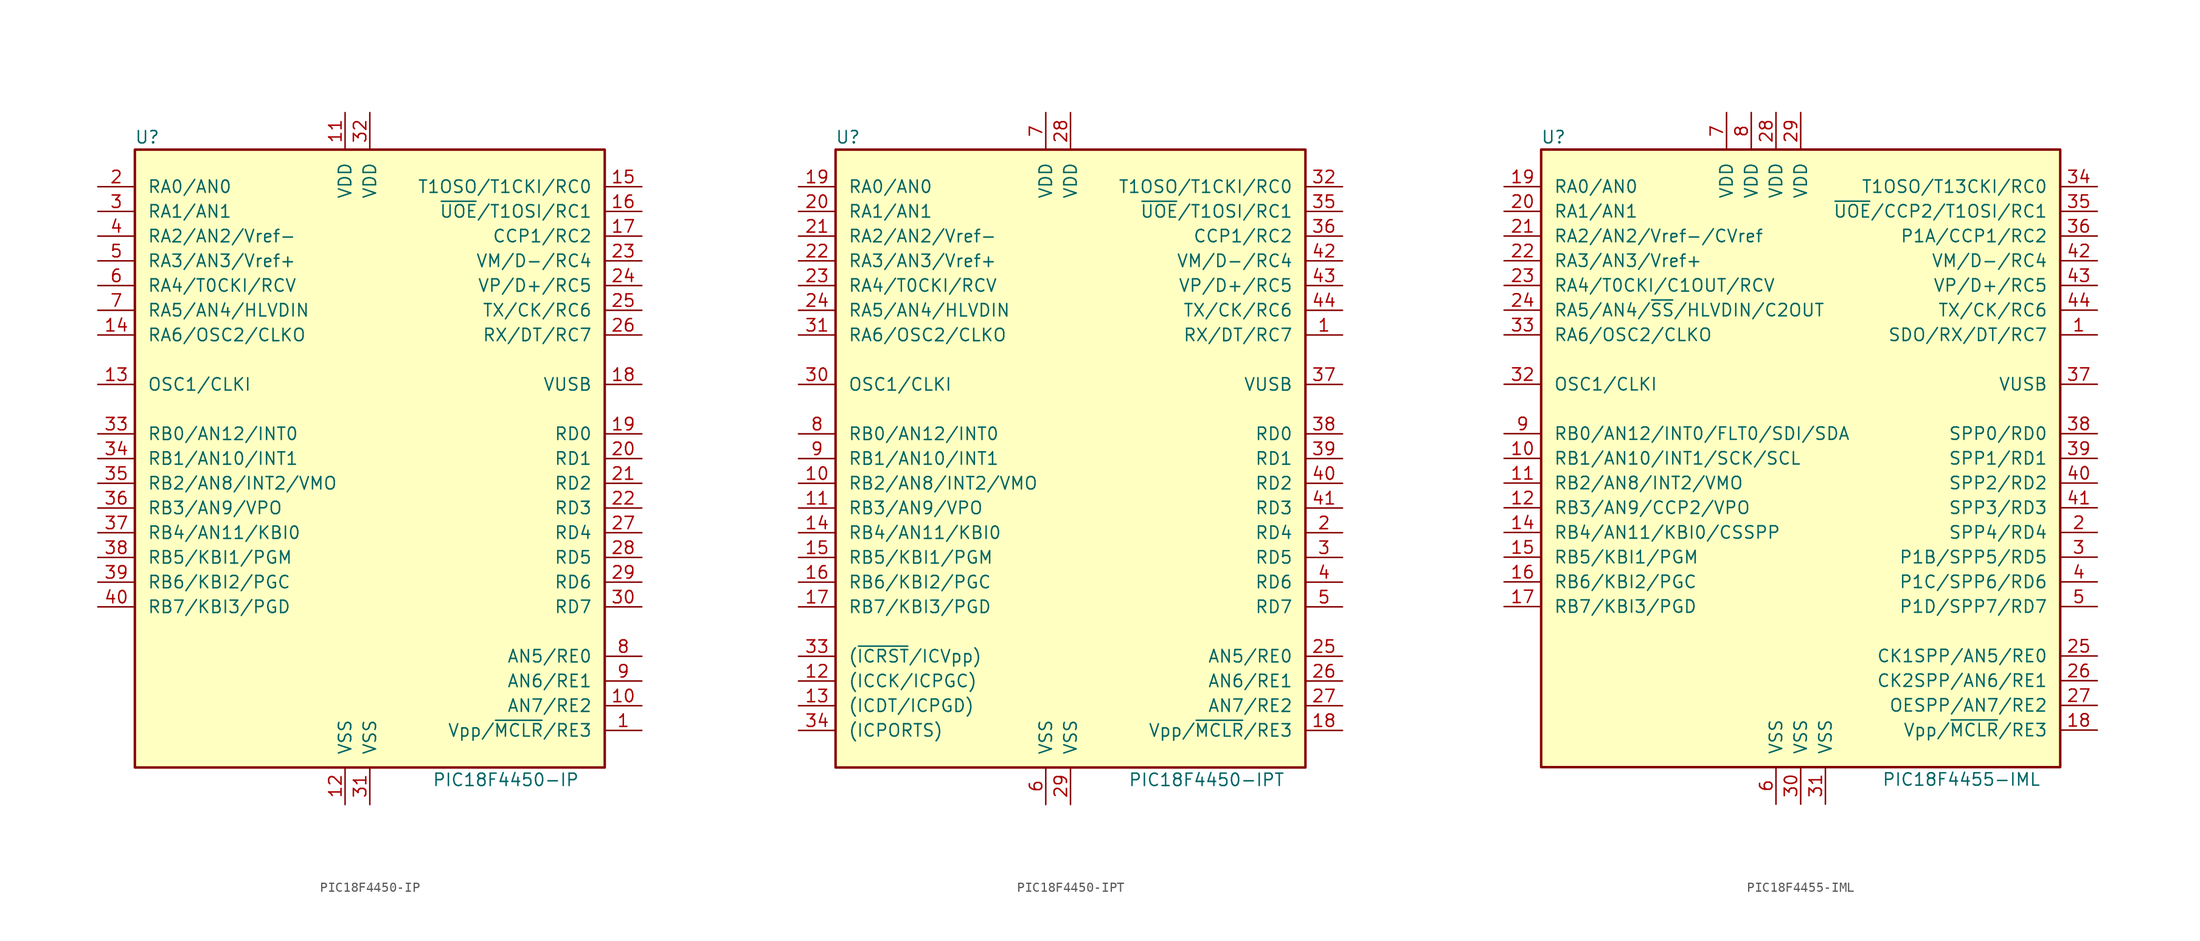
<source format=kicad_sym>
(kicad_symbol_lib
  (version 20201005)
  (generator kicad_symbol_editor)
  (symbol "MCU_Microchip_PIC18:PIC18F4450-IP"
    (pin_names
      (offset 1.27))
    (property "Reference" "U"
      (at -22.86 33.02 0)
      (effects (font (size 1.27 1.27))))
    (property "Value" "PIC18F4450-IP"
      (at 13.97 -33.02 0)
      (effects (font (size 1.27 1.27))))
    (symbol "PIC18F4450-IP_0_1"
      (rectangle (start -24.13 31.75) (end 24.13 -31.75) (stroke (width 0.254)) (fill (type background))))
    (symbol "PIC18F4450-IP_1_1"
      (pin input line (at 27.94 -27.94 180) (length 3.81) (name "Vpp/~MCLR~/RE3" (effects (font (size 1.27 1.27)))) (number "1" (effects (font (size 1.27 1.27)))))
      (pin bidirectional line (at 27.94 -25.4 180) (length 3.81) (name "AN7/RE2" (effects (font (size 1.27 1.27)))) (number "10" (effects (font (size 1.27 1.27)))))
      (pin power_in line (at -2.54 35.56 270) (length 3.81) (name "VDD" (effects (font (size 1.27 1.27)))) (number "11" (effects (font (size 1.27 1.27)))))
      (pin power_in line (at -2.54 -35.56 90) (length 3.81) (name "VSS" (effects (font (size 1.27 1.27)))) (number "12" (effects (font (size 1.27 1.27)))))
      (pin input line (at -27.94 7.62 0) (length 3.81) (name "OSC1/CLKI" (effects (font (size 1.27 1.27)))) (number "13" (effects (font (size 1.27 1.27)))))
      (pin output line (at -27.94 12.7 0) (length 3.81) (name "RA6/OSC2/CLKO" (effects (font (size 1.27 1.27)))) (number "14" (effects (font (size 1.27 1.27)))))
      (pin bidirectional line (at 27.94 27.94 180) (length 3.81) (name "T1OSO/T1CKI/RC0" (effects (font (size 1.27 1.27)))) (number "15" (effects (font (size 1.27 1.27)))))
      (pin bidirectional line (at 27.94 25.4 180) (length 3.81) (name "~UOE~/T1OSI/RC1" (effects (font (size 1.27 1.27)))) (number "16" (effects (font (size 1.27 1.27)))))
      (pin bidirectional line (at 27.94 22.86 180) (length 3.81) (name "CCP1/RC2" (effects (font (size 1.27 1.27)))) (number "17" (effects (font (size 1.27 1.27)))))
      (pin bidirectional line (at 27.94 7.62 180) (length 3.81) (name "VUSB" (effects (font (size 1.27 1.27)))) (number "18" (effects (font (size 1.27 1.27)))))
      (pin bidirectional line (at 27.94 2.54 180) (length 3.81) (name "RD0" (effects (font (size 1.27 1.27)))) (number "19" (effects (font (size 1.27 1.27)))))
      (pin bidirectional line (at -27.94 27.94 0) (length 3.81) (name "RA0/AN0" (effects (font (size 1.27 1.27)))) (number "2" (effects (font (size 1.27 1.27)))))
      (pin bidirectional line (at 27.94 0 180) (length 3.81) (name "RD1" (effects (font (size 1.27 1.27)))) (number "20" (effects (font (size 1.27 1.27)))))
      (pin bidirectional line (at 27.94 -2.54 180) (length 3.81) (name "RD2" (effects (font (size 1.27 1.27)))) (number "21" (effects (font (size 1.27 1.27)))))
      (pin bidirectional line (at 27.94 -5.08 180) (length 3.81) (name "RD3" (effects (font (size 1.27 1.27)))) (number "22" (effects (font (size 1.27 1.27)))))
      (pin bidirectional line (at 27.94 20.32 180) (length 3.81) (name "VM/D-/RC4" (effects (font (size 1.27 1.27)))) (number "23" (effects (font (size 1.27 1.27)))))
      (pin bidirectional line (at 27.94 17.78 180) (length 3.81) (name "VP/D+/RC5" (effects (font (size 1.27 1.27)))) (number "24" (effects (font (size 1.27 1.27)))))
      (pin bidirectional line (at 27.94 15.24 180) (length 3.81) (name "TX/CK/RC6" (effects (font (size 1.27 1.27)))) (number "25" (effects (font (size 1.27 1.27)))))
      (pin bidirectional line (at 27.94 12.7 180) (length 3.81) (name "RX/DT/RC7" (effects (font (size 1.27 1.27)))) (number "26" (effects (font (size 1.27 1.27)))))
      (pin bidirectional line (at 27.94 -7.62 180) (length 3.81) (name "RD4" (effects (font (size 1.27 1.27)))) (number "27" (effects (font (size 1.27 1.27)))))
      (pin bidirectional line (at 27.94 -10.16 180) (length 3.81) (name "RD5" (effects (font (size 1.27 1.27)))) (number "28" (effects (font (size 1.27 1.27)))))
      (pin bidirectional line (at 27.94 -12.7 180) (length 3.81) (name "RD6" (effects (font (size 1.27 1.27)))) (number "29" (effects (font (size 1.27 1.27)))))
      (pin bidirectional line (at -27.94 25.4 0) (length 3.81) (name "RA1/AN1" (effects (font (size 1.27 1.27)))) (number "3" (effects (font (size 1.27 1.27)))))
      (pin bidirectional line (at 27.94 -15.24 180) (length 3.81) (name "RD7" (effects (font (size 1.27 1.27)))) (number "30" (effects (font (size 1.27 1.27)))))
      (pin power_in line (at 0 -35.56 90) (length 3.81) (name "VSS" (effects (font (size 1.27 1.27)))) (number "31" (effects (font (size 1.27 1.27)))))
      (pin power_in line (at 0 35.56 270) (length 3.81) (name "VDD" (effects (font (size 1.27 1.27)))) (number "32" (effects (font (size 1.27 1.27)))))
      (pin bidirectional line (at -27.94 2.54 0) (length 3.81) (name "RB0/AN12/INT0" (effects (font (size 1.27 1.27)))) (number "33" (effects (font (size 1.27 1.27)))))
      (pin bidirectional line (at -27.94 0 0) (length 3.81) (name "RB1/AN10/INT1" (effects (font (size 1.27 1.27)))) (number "34" (effects (font (size 1.27 1.27)))))
      (pin bidirectional line (at -27.94 -2.54 0) (length 3.81) (name "RB2/AN8/INT2/VMO" (effects (font (size 1.27 1.27)))) (number "35" (effects (font (size 1.27 1.27)))))
      (pin bidirectional line (at -27.94 -5.08 0) (length 3.81) (name "RB3/AN9/VPO" (effects (font (size 1.27 1.27)))) (number "36" (effects (font (size 1.27 1.27)))))
      (pin bidirectional line (at -27.94 -7.62 0) (length 3.81) (name "RB4/AN11/KBI0" (effects (font (size 1.27 1.27)))) (number "37" (effects (font (size 1.27 1.27)))))
      (pin bidirectional line (at -27.94 -10.16 0) (length 3.81) (name "RB5/KBI1/PGM" (effects (font (size 1.27 1.27)))) (number "38" (effects (font (size 1.27 1.27)))))
      (pin bidirectional line (at -27.94 -12.7 0) (length 3.81) (name "RB6/KBI2/PGC" (effects (font (size 1.27 1.27)))) (number "39" (effects (font (size 1.27 1.27)))))
      (pin bidirectional line (at -27.94 22.86 0) (length 3.81) (name "RA2/AN2/Vref-" (effects (font (size 1.27 1.27)))) (number "4" (effects (font (size 1.27 1.27)))))
      (pin bidirectional line (at -27.94 -15.24 0) (length 3.81) (name "RB7/KBI3/PGD" (effects (font (size 1.27 1.27)))) (number "40" (effects (font (size 1.27 1.27)))))
      (pin bidirectional line (at -27.94 20.32 0) (length 3.81) (name "RA3/AN3/Vref+" (effects (font (size 1.27 1.27)))) (number "5" (effects (font (size 1.27 1.27)))))
      (pin bidirectional line (at -27.94 17.78 0) (length 3.81) (name "RA4/T0CKI/RCV" (effects (font (size 1.27 1.27)))) (number "6" (effects (font (size 1.27 1.27)))))
      (pin bidirectional line (at -27.94 15.24 0) (length 3.81) (name "RA5/AN4/HLVDIN" (effects (font (size 1.27 1.27)))) (number "7" (effects (font (size 1.27 1.27)))))
      (pin bidirectional line (at 27.94 -20.32 180) (length 3.81) (name "AN5/RE0" (effects (font (size 1.27 1.27)))) (number "8" (effects (font (size 1.27 1.27)))))
      (pin bidirectional line (at 27.94 -22.86 180) (length 3.81) (name "AN6/RE1" (effects (font (size 1.27 1.27)))) (number "9" (effects (font (size 1.27 1.27)))))))
  (symbol "MCU_Microchip_PIC18:PIC18F4450-IPT"
    (pin_names
      (offset 1.27))
    (property "Reference" "U"
      (at -22.86 33.02 0)
      (effects (font (size 1.27 1.27))))
    (property "Value" "PIC18F4450-IPT"
      (at 13.97 -33.02 0)
      (effects (font (size 1.27 1.27))))
    (symbol "PIC18F4450-IPT_0_1"
      (rectangle (start -24.13 31.75) (end 24.13 -31.75) (stroke (width 0.254)) (fill (type background))))
    (symbol "PIC18F4450-IPT_1_1"
      (pin bidirectional line (at 27.94 12.7 180) (length 3.81) (name "RX/DT/RC7" (effects (font (size 1.27 1.27)))) (number "1" (effects (font (size 1.27 1.27)))))
      (pin bidirectional line (at -27.94 -2.54 0) (length 3.81) (name "RB2/AN8/INT2/VMO" (effects (font (size 1.27 1.27)))) (number "10" (effects (font (size 1.27 1.27)))))
      (pin bidirectional line (at -27.94 -5.08 0) (length 3.81) (name "RB3/AN9/VPO" (effects (font (size 1.27 1.27)))) (number "11" (effects (font (size 1.27 1.27)))))
      (pin bidirectional line (at -27.94 -22.86 0) (length 3.81) (name "(ICCK/ICPGC)" (effects (font (size 1.27 1.27)))) (number "12" (effects (font (size 1.27 1.27)))))
      (pin bidirectional line (at -27.94 -25.4 0) (length 3.81) (name "(ICDT/ICPGD)" (effects (font (size 1.27 1.27)))) (number "13" (effects (font (size 1.27 1.27)))))
      (pin bidirectional line (at -27.94 -7.62 0) (length 3.81) (name "RB4/AN11/KBI0" (effects (font (size 1.27 1.27)))) (number "14" (effects (font (size 1.27 1.27)))))
      (pin bidirectional line (at -27.94 -10.16 0) (length 3.81) (name "RB5/KBI1/PGM" (effects (font (size 1.27 1.27)))) (number "15" (effects (font (size 1.27 1.27)))))
      (pin bidirectional line (at -27.94 -12.7 0) (length 3.81) (name "RB6/KBI2/PGC" (effects (font (size 1.27 1.27)))) (number "16" (effects (font (size 1.27 1.27)))))
      (pin bidirectional line (at -27.94 -15.24 0) (length 3.81) (name "RB7/KBI3/PGD" (effects (font (size 1.27 1.27)))) (number "17" (effects (font (size 1.27 1.27)))))
      (pin input line (at 27.94 -27.94 180) (length 3.81) (name "Vpp/~MCLR~/RE3" (effects (font (size 1.27 1.27)))) (number "18" (effects (font (size 1.27 1.27)))))
      (pin bidirectional line (at -27.94 27.94 0) (length 3.81) (name "RA0/AN0" (effects (font (size 1.27 1.27)))) (number "19" (effects (font (size 1.27 1.27)))))
      (pin bidirectional line (at 27.94 -7.62 180) (length 3.81) (name "RD4" (effects (font (size 1.27 1.27)))) (number "2" (effects (font (size 1.27 1.27)))))
      (pin bidirectional line (at -27.94 25.4 0) (length 3.81) (name "RA1/AN1" (effects (font (size 1.27 1.27)))) (number "20" (effects (font (size 1.27 1.27)))))
      (pin bidirectional line (at -27.94 22.86 0) (length 3.81) (name "RA2/AN2/Vref-" (effects (font (size 1.27 1.27)))) (number "21" (effects (font (size 1.27 1.27)))))
      (pin bidirectional line (at -27.94 20.32 0) (length 3.81) (name "RA3/AN3/Vref+" (effects (font (size 1.27 1.27)))) (number "22" (effects (font (size 1.27 1.27)))))
      (pin bidirectional line (at -27.94 17.78 0) (length 3.81) (name "RA4/T0CKI/RCV" (effects (font (size 1.27 1.27)))) (number "23" (effects (font (size 1.27 1.27)))))
      (pin bidirectional line (at -27.94 15.24 0) (length 3.81) (name "RA5/AN4/HLVDIN" (effects (font (size 1.27 1.27)))) (number "24" (effects (font (size 1.27 1.27)))))
      (pin bidirectional line (at 27.94 -20.32 180) (length 3.81) (name "AN5/RE0" (effects (font (size 1.27 1.27)))) (number "25" (effects (font (size 1.27 1.27)))))
      (pin bidirectional line (at 27.94 -22.86 180) (length 3.81) (name "AN6/RE1" (effects (font (size 1.27 1.27)))) (number "26" (effects (font (size 1.27 1.27)))))
      (pin bidirectional line (at 27.94 -25.4 180) (length 3.81) (name "AN7/RE2" (effects (font (size 1.27 1.27)))) (number "27" (effects (font (size 1.27 1.27)))))
      (pin power_in line (at 0 35.56 270) (length 3.81) (name "VDD" (effects (font (size 1.27 1.27)))) (number "28" (effects (font (size 1.27 1.27)))))
      (pin power_in line (at 0 -35.56 90) (length 3.81) (name "VSS" (effects (font (size 1.27 1.27)))) (number "29" (effects (font (size 1.27 1.27)))))
      (pin bidirectional line (at 27.94 -10.16 180) (length 3.81) (name "RD5" (effects (font (size 1.27 1.27)))) (number "3" (effects (font (size 1.27 1.27)))))
      (pin input line (at -27.94 7.62 0) (length 3.81) (name "OSC1/CLKI" (effects (font (size 1.27 1.27)))) (number "30" (effects (font (size 1.27 1.27)))))
      (pin output line (at -27.94 12.7 0) (length 3.81) (name "RA6/OSC2/CLKO" (effects (font (size 1.27 1.27)))) (number "31" (effects (font (size 1.27 1.27)))))
      (pin bidirectional line (at 27.94 27.94 180) (length 3.81) (name "T1OSO/T1CKI/RC0" (effects (font (size 1.27 1.27)))) (number "32" (effects (font (size 1.27 1.27)))))
      (pin input line (at -27.94 -20.32 0) (length 3.81) (name "(~ICRST~/ICVpp)" (effects (font (size 1.27 1.27)))) (number "33" (effects (font (size 1.27 1.27)))))
      (pin bidirectional line (at -27.94 -27.94 0) (length 3.81) (name "(ICPORTS)" (effects (font (size 1.27 1.27)))) (number "34" (effects (font (size 1.27 1.27)))))
      (pin bidirectional line (at 27.94 25.4 180) (length 3.81) (name "~UOE~/T1OSI/RC1" (effects (font (size 1.27 1.27)))) (number "35" (effects (font (size 1.27 1.27)))))
      (pin bidirectional line (at 27.94 22.86 180) (length 3.81) (name "CCP1/RC2" (effects (font (size 1.27 1.27)))) (number "36" (effects (font (size 1.27 1.27)))))
      (pin bidirectional line (at 27.94 7.62 180) (length 3.81) (name "VUSB" (effects (font (size 1.27 1.27)))) (number "37" (effects (font (size 1.27 1.27)))))
      (pin bidirectional line (at 27.94 2.54 180) (length 3.81) (name "RD0" (effects (font (size 1.27 1.27)))) (number "38" (effects (font (size 1.27 1.27)))))
      (pin bidirectional line (at 27.94 0 180) (length 3.81) (name "RD1" (effects (font (size 1.27 1.27)))) (number "39" (effects (font (size 1.27 1.27)))))
      (pin bidirectional line (at 27.94 -12.7 180) (length 3.81) (name "RD6" (effects (font (size 1.27 1.27)))) (number "4" (effects (font (size 1.27 1.27)))))
      (pin bidirectional line (at 27.94 -2.54 180) (length 3.81) (name "RD2" (effects (font (size 1.27 1.27)))) (number "40" (effects (font (size 1.27 1.27)))))
      (pin bidirectional line (at 27.94 -5.08 180) (length 3.81) (name "RD3" (effects (font (size 1.27 1.27)))) (number "41" (effects (font (size 1.27 1.27)))))
      (pin bidirectional line (at 27.94 20.32 180) (length 3.81) (name "VM/D-/RC4" (effects (font (size 1.27 1.27)))) (number "42" (effects (font (size 1.27 1.27)))))
      (pin bidirectional line (at 27.94 17.78 180) (length 3.81) (name "VP/D+/RC5" (effects (font (size 1.27 1.27)))) (number "43" (effects (font (size 1.27 1.27)))))
      (pin bidirectional line (at 27.94 15.24 180) (length 3.81) (name "TX/CK/RC6" (effects (font (size 1.27 1.27)))) (number "44" (effects (font (size 1.27 1.27)))))
      (pin bidirectional line (at 27.94 -15.24 180) (length 3.81) (name "RD7" (effects (font (size 1.27 1.27)))) (number "5" (effects (font (size 1.27 1.27)))))
      (pin power_in line (at -2.54 -35.56 90) (length 3.81) (name "VSS" (effects (font (size 1.27 1.27)))) (number "6" (effects (font (size 1.27 1.27)))))
      (pin power_in line (at -2.54 35.56 270) (length 3.81) (name "VDD" (effects (font (size 1.27 1.27)))) (number "7" (effects (font (size 1.27 1.27)))))
      (pin bidirectional line (at -27.94 2.54 0) (length 3.81) (name "RB0/AN12/INT0" (effects (font (size 1.27 1.27)))) (number "8" (effects (font (size 1.27 1.27)))))
      (pin bidirectional line (at -27.94 0 0) (length 3.81) (name "RB1/AN10/INT1" (effects (font (size 1.27 1.27)))) (number "9" (effects (font (size 1.27 1.27)))))))
  (symbol "MCU_Microchip_PIC18:PIC18F4455-IML"
    (pin_names
      (offset 1.27))
    (property "Reference" "U"
      (at -25.4 33.02 0)
      (effects (font (size 1.27 1.27))))
    (property "Value" "PIC18F4455-IML"
      (at 16.51 -33.02 0)
      (effects (font (size 1.27 1.27))))
    (symbol "PIC18F4455-IML_0_1"
      (rectangle (start -26.67 31.75) (end 26.67 -31.75) (stroke (width 0.254)) (fill (type background))))
    (symbol "PIC18F4455-IML_1_1"
      (pin bidirectional line (at 30.48 12.7 180) (length 3.81) (name "SDO/RX/DT/RC7" (effects (font (size 1.27 1.27)))) (number "1" (effects (font (size 1.27 1.27)))))
      (pin bidirectional line (at -30.48 0 0) (length 3.81) (name "RB1/AN10/INT1/SCK/SCL" (effects (font (size 1.27 1.27)))) (number "10" (effects (font (size 1.27 1.27)))))
      (pin bidirectional line (at -30.48 -2.54 0) (length 3.81) (name "RB2/AN8/INT2/VMO" (effects (font (size 1.27 1.27)))) (number "11" (effects (font (size 1.27 1.27)))))
      (pin bidirectional line (at -30.48 -5.08 0) (length 3.81) (name "RB3/AN9/CCP2/VPO" (effects (font (size 1.27 1.27)))) (number "12" (effects (font (size 1.27 1.27)))))
      (pin no_connect line (at -7.62 -35.56 90) (length 3.81) hide (name "NC" (effects (font (size 1.27 1.27)))) (number "13" (effects (font (size 1.27 1.27)))))
      (pin bidirectional line (at -30.48 -7.62 0) (length 3.81) (name "RB4/AN11/KBI0/CSSPP" (effects (font (size 1.27 1.27)))) (number "14" (effects (font (size 1.27 1.27)))))
      (pin bidirectional line (at -30.48 -10.16 0) (length 3.81) (name "RB5/KBI1/PGM" (effects (font (size 1.27 1.27)))) (number "15" (effects (font (size 1.27 1.27)))))
      (pin bidirectional line (at -30.48 -12.7 0) (length 3.81) (name "RB6/KBI2/PGC" (effects (font (size 1.27 1.27)))) (number "16" (effects (font (size 1.27 1.27)))))
      (pin bidirectional line (at -30.48 -15.24 0) (length 3.81) (name "RB7/KBI3/PGD" (effects (font (size 1.27 1.27)))) (number "17" (effects (font (size 1.27 1.27)))))
      (pin input line (at 30.48 -27.94 180) (length 3.81) (name "Vpp/~MCLR~/RE3" (effects (font (size 1.27 1.27)))) (number "18" (effects (font (size 1.27 1.27)))))
      (pin bidirectional line (at -30.48 27.94 0) (length 3.81) (name "RA0/AN0" (effects (font (size 1.27 1.27)))) (number "19" (effects (font (size 1.27 1.27)))))
      (pin bidirectional line (at 30.48 -7.62 180) (length 3.81) (name "SPP4/RD4" (effects (font (size 1.27 1.27)))) (number "2" (effects (font (size 1.27 1.27)))))
      (pin bidirectional line (at -30.48 25.4 0) (length 3.81) (name "RA1/AN1" (effects (font (size 1.27 1.27)))) (number "20" (effects (font (size 1.27 1.27)))))
      (pin bidirectional line (at -30.48 22.86 0) (length 3.81) (name "RA2/AN2/Vref-/CVref" (effects (font (size 1.27 1.27)))) (number "21" (effects (font (size 1.27 1.27)))))
      (pin bidirectional line (at -30.48 20.32 0) (length 3.81) (name "RA3/AN3/Vref+" (effects (font (size 1.27 1.27)))) (number "22" (effects (font (size 1.27 1.27)))))
      (pin bidirectional line (at -30.48 17.78 0) (length 3.81) (name "RA4/T0CKI/C1OUT/RCV" (effects (font (size 1.27 1.27)))) (number "23" (effects (font (size 1.27 1.27)))))
      (pin bidirectional line (at -30.48 15.24 0) (length 3.81) (name "RA5/AN4/~SS~/HLVDIN/C2OUT" (effects (font (size 1.27 1.27)))) (number "24" (effects (font (size 1.27 1.27)))))
      (pin bidirectional line (at 30.48 -20.32 180) (length 3.81) (name "CK1SPP/AN5/RE0" (effects (font (size 1.27 1.27)))) (number "25" (effects (font (size 1.27 1.27)))))
      (pin bidirectional line (at 30.48 -22.86 180) (length 3.81) (name "CK2SPP/AN6/RE1" (effects (font (size 1.27 1.27)))) (number "26" (effects (font (size 1.27 1.27)))))
      (pin bidirectional line (at 30.48 -25.4 180) (length 3.81) (name "OESPP/AN7/RE2" (effects (font (size 1.27 1.27)))) (number "27" (effects (font (size 1.27 1.27)))))
      (pin power_in line (at -2.54 35.56 270) (length 3.81) (name "VDD" (effects (font (size 1.27 1.27)))) (number "28" (effects (font (size 1.27 1.27)))))
      (pin power_in line (at 0 35.56 270) (length 3.81) (name "VDD" (effects (font (size 1.27 1.27)))) (number "29" (effects (font (size 1.27 1.27)))))
      (pin bidirectional line (at 30.48 -10.16 180) (length 3.81) (name "P1B/SPP5/RD5" (effects (font (size 1.27 1.27)))) (number "3" (effects (font (size 1.27 1.27)))))
      (pin power_in line (at 0 -35.56 90) (length 3.81) (name "VSS" (effects (font (size 1.27 1.27)))) (number "30" (effects (font (size 1.27 1.27)))))
      (pin power_in line (at 2.54 -35.56 90) (length 3.81) (name "VSS" (effects (font (size 1.27 1.27)))) (number "31" (effects (font (size 1.27 1.27)))))
      (pin input line (at -30.48 7.62 0) (length 3.81) (name "OSC1/CLKI" (effects (font (size 1.27 1.27)))) (number "32" (effects (font (size 1.27 1.27)))))
      (pin output line (at -30.48 12.7 0) (length 3.81) (name "RA6/OSC2/CLKO" (effects (font (size 1.27 1.27)))) (number "33" (effects (font (size 1.27 1.27)))))
      (pin bidirectional line (at 30.48 27.94 180) (length 3.81) (name "T1OSO/T13CKI/RC0" (effects (font (size 1.27 1.27)))) (number "34" (effects (font (size 1.27 1.27)))))
      (pin bidirectional line (at 30.48 25.4 180) (length 3.81) (name "~UOE~/CCP2/T1OSI/RC1" (effects (font (size 1.27 1.27)))) (number "35" (effects (font (size 1.27 1.27)))))
      (pin bidirectional line (at 30.48 22.86 180) (length 3.81) (name "P1A/CCP1/RC2" (effects (font (size 1.27 1.27)))) (number "36" (effects (font (size 1.27 1.27)))))
      (pin bidirectional line (at 30.48 7.62 180) (length 3.81) (name "VUSB" (effects (font (size 1.27 1.27)))) (number "37" (effects (font (size 1.27 1.27)))))
      (pin bidirectional line (at 30.48 2.54 180) (length 3.81) (name "SPP0/RD0" (effects (font (size 1.27 1.27)))) (number "38" (effects (font (size 1.27 1.27)))))
      (pin bidirectional line (at 30.48 0 180) (length 3.81) (name "SPP1/RD1" (effects (font (size 1.27 1.27)))) (number "39" (effects (font (size 1.27 1.27)))))
      (pin bidirectional line (at 30.48 -12.7 180) (length 3.81) (name "P1C/SPP6/RD6" (effects (font (size 1.27 1.27)))) (number "4" (effects (font (size 1.27 1.27)))))
      (pin bidirectional line (at 30.48 -2.54 180) (length 3.81) (name "SPP2/RD2" (effects (font (size 1.27 1.27)))) (number "40" (effects (font (size 1.27 1.27)))))
      (pin bidirectional line (at 30.48 -5.08 180) (length 3.81) (name "SPP3/RD3" (effects (font (size 1.27 1.27)))) (number "41" (effects (font (size 1.27 1.27)))))
      (pin bidirectional line (at 30.48 20.32 180) (length 3.81) (name "VM/D-/RC4" (effects (font (size 1.27 1.27)))) (number "42" (effects (font (size 1.27 1.27)))))
      (pin bidirectional line (at 30.48 17.78 180) (length 3.81) (name "VP/D+/RC5" (effects (font (size 1.27 1.27)))) (number "43" (effects (font (size 1.27 1.27)))))
      (pin bidirectional line (at 30.48 15.24 180) (length 3.81) (name "TX/CK/RC6" (effects (font (size 1.27 1.27)))) (number "44" (effects (font (size 1.27 1.27)))))
      (pin bidirectional line (at 30.48 -15.24 180) (length 3.81) (name "P1D/SPP7/RD7" (effects (font (size 1.27 1.27)))) (number "5" (effects (font (size 1.27 1.27)))))
      (pin power_in line (at -2.54 -35.56 90) (length 3.81) (name "VSS" (effects (font (size 1.27 1.27)))) (number "6" (effects (font (size 1.27 1.27)))))
      (pin power_in line (at -7.62 35.56 270) (length 3.81) (name "VDD" (effects (font (size 1.27 1.27)))) (number "7" (effects (font (size 1.27 1.27)))))
      (pin power_in line (at -5.08 35.56 270) (length 3.81) (name "VDD" (effects (font (size 1.27 1.27)))) (number "8" (effects (font (size 1.27 1.27)))))
      (pin bidirectional line (at -30.48 2.54 0) (length 3.81) (name "RB0/AN12/INT0/FLT0/SDI/SDA" (effects (font (size 1.27 1.27)))) (number "9" (effects (font (size 1.27 1.27))))))))
</source>
